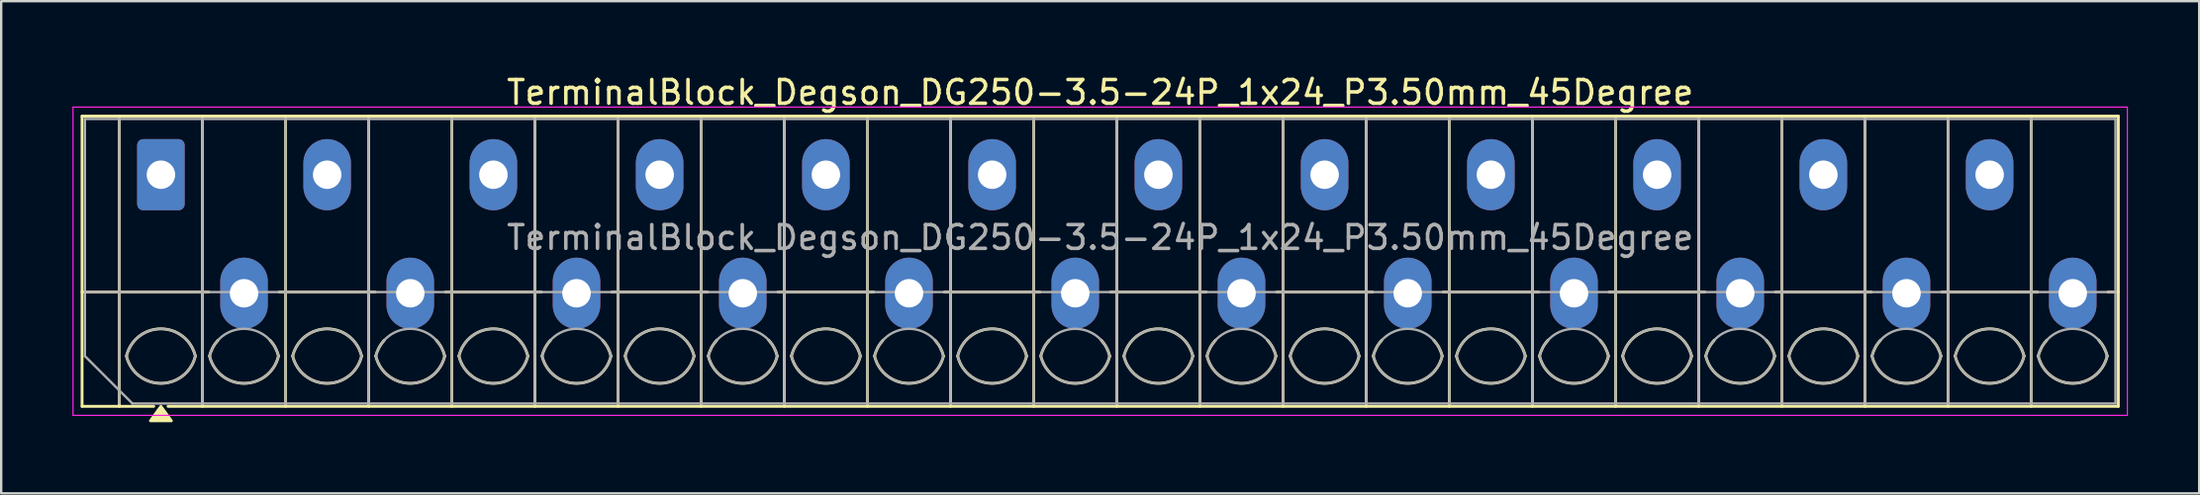
<source format=kicad_pcb>
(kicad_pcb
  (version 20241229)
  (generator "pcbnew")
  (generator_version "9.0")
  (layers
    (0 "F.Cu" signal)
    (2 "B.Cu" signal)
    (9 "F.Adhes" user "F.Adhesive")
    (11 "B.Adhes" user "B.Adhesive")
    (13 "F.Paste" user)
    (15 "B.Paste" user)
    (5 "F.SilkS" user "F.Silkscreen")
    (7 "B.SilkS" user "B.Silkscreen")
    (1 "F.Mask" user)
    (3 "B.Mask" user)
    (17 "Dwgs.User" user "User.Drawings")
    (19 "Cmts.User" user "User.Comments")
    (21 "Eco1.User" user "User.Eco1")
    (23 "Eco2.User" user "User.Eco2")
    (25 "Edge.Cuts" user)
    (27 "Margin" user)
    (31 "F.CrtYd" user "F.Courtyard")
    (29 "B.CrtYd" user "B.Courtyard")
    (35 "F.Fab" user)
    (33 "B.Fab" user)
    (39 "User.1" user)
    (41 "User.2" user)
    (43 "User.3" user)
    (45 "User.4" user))
  (footprint "TerminalBlock_Degson_DG250-3.5-24P_1x24_P3.50mm_45Degree"
    (layer "F.Cu")
    (at 3.725 4.318)
    (property "Reference" "TerminalBlock_Degson_DG250-3.5-24P_1x24_P3.50mm_45Degree" (at 39.55 -3.47 0) (layer "F.SilkS") (effects (font (size 1 1) (thickness 0.15))))
    (attr through_hole)
    (fp_line (start -3.32 -2.47) (end 82.42 -2.47) (stroke (width 0.12) (type solid)) (layer "F.SilkS"))
    (fp_line (start -3.32 4.95) (end 2.02 4.95) (stroke (width 0.12) (type solid)) (layer "F.SilkS"))
    (fp_line (start -3.32 9.77) (end -3.32 -2.47) (stroke (width 0.12) (type solid)) (layer "F.SilkS"))
    (fp_line (start -1.75 -2.47) (end -1.75 9.77) (stroke (width 0.12) (type solid)) (layer "F.SilkS"))
    (fp_line (start -0.3 9.77) (end -3.32 9.77) (stroke (width 0.12) (type solid)) (layer "F.SilkS"))
    (fp_line (start 1.75 -2.47) (end 1.75 9.77) (stroke (width 0.12) (type solid)) (layer "F.SilkS"))
    (fp_line (start 4.98 4.95) (end 9.02 4.95) (stroke (width 0.12) (type solid)) (layer "F.SilkS"))
    (fp_line (start 5.25 -2.47) (end 5.25 9.77) (stroke (width 0.12) (type solid)) (layer "F.SilkS"))
    (fp_line (start 8.75 -2.47) (end 8.75 9.77) (stroke (width 0.12) (type solid)) (layer "F.SilkS"))
    (fp_line (start 11.98 4.95) (end 16.02 4.95) (stroke (width 0.12) (type solid)) (layer "F.SilkS"))
    (fp_line (start 12.25 -2.47) (end 12.25 9.77) (stroke (width 0.12) (type solid)) (layer "F.SilkS"))
    (fp_line (start 15.75 -2.47) (end 15.75 9.77) (stroke (width 0.12) (type solid)) (layer "F.SilkS"))
    (fp_line (start 18.98 4.95) (end 23.02 4.95) (stroke (width 0.12) (type solid)) (layer "F.SilkS"))
    (fp_line (start 19.25 -2.47) (end 19.25 9.77) (stroke (width 0.12) (type solid)) (layer "F.SilkS"))
    (fp_line (start 22.75 -2.47) (end 22.75 9.77) (stroke (width 0.12) (type solid)) (layer "F.SilkS"))
    (fp_line (start 25.98 4.95) (end 30.02 4.95) (stroke (width 0.12) (type solid)) (layer "F.SilkS"))
    (fp_line (start 26.25 -2.47) (end 26.25 9.77) (stroke (width 0.12) (type solid)) (layer "F.SilkS"))
    (fp_line (start 29.75 -2.47) (end 29.75 9.77) (stroke (width 0.12) (type solid)) (layer "F.SilkS"))
    (fp_line (start 32.98 4.95) (end 37.02 4.95) (stroke (width 0.12) (type solid)) (layer "F.SilkS"))
    (fp_line (start 33.25 -2.47) (end 33.25 9.77) (stroke (width 0.12) (type solid)) (layer "F.SilkS"))
    (fp_line (start 36.75 -2.47) (end 36.75 9.77) (stroke (width 0.12) (type solid)) (layer "F.SilkS"))
    (fp_line (start 39.98 4.95) (end 44.02 4.95) (stroke (width 0.12) (type solid)) (layer "F.SilkS"))
    (fp_line (start 40.25 -2.47) (end 40.25 9.77) (stroke (width 0.12) (type solid)) (layer "F.SilkS"))
    (fp_line (start 43.75 -2.47) (end 43.75 9.77) (stroke (width 0.12) (type solid)) (layer "F.SilkS"))
    (fp_line (start 46.98 4.95) (end 51.02 4.95) (stroke (width 0.12) (type solid)) (layer "F.SilkS"))
    (fp_line (start 47.25 -2.47) (end 47.25 9.77) (stroke (width 0.12) (type solid)) (layer "F.SilkS"))
    (fp_line (start 50.75 -2.47) (end 50.75 9.77) (stroke (width 0.12) (type solid)) (layer "F.SilkS"))
    (fp_line (start 53.98 4.95) (end 58.02 4.95) (stroke (width 0.12) (type solid)) (layer "F.SilkS"))
    (fp_line (start 54.25 -2.47) (end 54.25 9.77) (stroke (width 0.12) (type solid)) (layer "F.SilkS"))
    (fp_line (start 57.75 -2.47) (end 57.75 9.77) (stroke (width 0.12) (type solid)) (layer "F.SilkS"))
    (fp_line (start 60.98 4.95) (end 65.02 4.95) (stroke (width 0.12) (type solid)) (layer "F.SilkS"))
    (fp_line (start 61.25 -2.47) (end 61.25 9.77) (stroke (width 0.12) (type solid)) (layer "F.SilkS"))
    (fp_line (start 64.75 -2.47) (end 64.75 9.77) (stroke (width 0.12) (type solid)) (layer "F.SilkS"))
    (fp_line (start 67.98 4.95) (end 72.02 4.95) (stroke (width 0.12) (type solid)) (layer "F.SilkS"))
    (fp_line (start 68.25 -2.47) (end 68.25 9.77) (stroke (width 0.12) (type solid)) (layer "F.SilkS"))
    (fp_line (start 71.75 -2.47) (end 71.75 9.77) (stroke (width 0.12) (type solid)) (layer "F.SilkS"))
    (fp_line (start 74.98 4.95) (end 79.02 4.95) (stroke (width 0.12) (type solid)) (layer "F.SilkS"))
    (fp_line (start 75.25 -2.47) (end 75.25 9.77) (stroke (width 0.12) (type solid)) (layer "F.SilkS"))
    (fp_line (start 78.75 -2.47) (end 78.75 9.77) (stroke (width 0.12) (type solid)) (layer "F.SilkS"))
    (fp_line (start 81.98 4.95) (end 82.42 4.95) (stroke (width 0.12) (type solid)) (layer "F.SilkS"))
    (fp_line (start 82.42 -2.47) (end 82.42 9.77) (stroke (width 0.12) (type solid)) (layer "F.SilkS"))
    (fp_line (start 82.42 9.77) (end 0.3 9.77) (stroke (width 0.12) (type solid)) (layer "F.SilkS"))
    (fp_arc (start -1.45 7.65) (mid 0 6.5) (end 1.45 7.65) (stroke (width 0.12) (type solid)) (layer "F.SilkS"))
    (fp_arc (start 1.45 7.65) (mid 0 8.8) (end -1.45 7.65) (stroke (width 0.12) (type solid)) (layer "F.SilkS"))
    (fp_arc (start 2.05 7.65) (mid 2.18402 7.291962) (end 2.405 6.98) (stroke (width 0.12) (type solid)) (layer "F.SilkS"))
    (fp_arc (start 4.595 6.98) (mid 4.81598 7.291962) (end 4.95 7.65) (stroke (width 0.12) (type solid)) (layer "F.SilkS"))
    (fp_arc (start 4.95 7.65) (mid 3.5 8.8) (end 2.05 7.65) (stroke (width 0.12) (type solid)) (layer "F.SilkS"))
    (fp_arc (start 5.55 7.65) (mid 7 6.5) (end 8.45 7.65) (stroke (width 0.12) (type solid)) (layer "F.SilkS"))
    (fp_arc (start 8.45 7.65) (mid 7 8.8) (end 5.55 7.65) (stroke (width 0.12) (type solid)) (layer "F.SilkS"))
    (fp_arc (start 9.05 7.65) (mid 9.18402 7.291962) (end 9.405 6.98) (stroke (width 0.12) (type solid)) (layer "F.SilkS"))
    (fp_arc (start 11.595 6.98) (mid 11.81598 7.291962) (end 11.95 7.65) (stroke (width 0.12) (type solid)) (layer "F.SilkS"))
    (fp_arc (start 11.95 7.65) (mid 10.5 8.8) (end 9.05 7.65) (stroke (width 0.12) (type solid)) (layer "F.SilkS"))
    (fp_arc (start 12.55 7.65) (mid 14 6.5) (end 15.45 7.65) (stroke (width 0.12) (type solid)) (layer "F.SilkS"))
    (fp_arc (start 15.45 7.65) (mid 14 8.8) (end 12.55 7.65) (stroke (width 0.12) (type solid)) (layer "F.SilkS"))
    (fp_arc (start 16.05 7.65) (mid 16.18402 7.291962) (end 16.405 6.98) (stroke (width 0.12) (type solid)) (layer "F.SilkS"))
    (fp_arc (start 18.595 6.98) (mid 18.81598 7.291962) (end 18.95 7.65) (stroke (width 0.12) (type solid)) (layer "F.SilkS"))
    (fp_arc (start 18.95 7.65) (mid 17.5 8.8) (end 16.05 7.65) (stroke (width 0.12) (type solid)) (layer "F.SilkS"))
    (fp_arc (start 19.55 7.65) (mid 21 6.5) (end 22.45 7.65) (stroke (width 0.12) (type solid)) (layer "F.SilkS"))
    (fp_arc (start 22.45 7.65) (mid 21 8.8) (end 19.55 7.65) (stroke (width 0.12) (type solid)) (layer "F.SilkS"))
    (fp_arc (start 23.05 7.65) (mid 23.18402 7.291962) (end 23.405 6.98) (stroke (width 0.12) (type solid)) (layer "F.SilkS"))
    (fp_arc (start 25.595 6.98) (mid 25.81598 7.291962) (end 25.95 7.65) (stroke (width 0.12) (type solid)) (layer "F.SilkS"))
    (fp_arc (start 25.95 7.65) (mid 24.5 8.8) (end 23.05 7.65) (stroke (width 0.12) (type solid)) (layer "F.SilkS"))
    (fp_arc (start 26.55 7.65) (mid 28 6.5) (end 29.45 7.65) (stroke (width 0.12) (type solid)) (layer "F.SilkS"))
    (fp_arc (start 29.45 7.65) (mid 28 8.8) (end 26.55 7.65) (stroke (width 0.12) (type solid)) (layer "F.SilkS"))
    (fp_arc (start 30.05 7.65) (mid 30.18402 7.291962) (end 30.405 6.98) (stroke (width 0.12) (type solid)) (layer "F.SilkS"))
    (fp_arc (start 32.595 6.98) (mid 32.81598 7.291962) (end 32.95 7.65) (stroke (width 0.12) (type solid)) (layer "F.SilkS"))
    (fp_arc (start 32.95 7.65) (mid 31.5 8.8) (end 30.05 7.65) (stroke (width 0.12) (type solid)) (layer "F.SilkS"))
    (fp_arc (start 33.55 7.65) (mid 35 6.5) (end 36.45 7.65) (stroke (width 0.12) (type solid)) (layer "F.SilkS"))
    (fp_arc (start 36.45 7.65) (mid 35 8.8) (end 33.55 7.65) (stroke (width 0.12) (type solid)) (layer "F.SilkS"))
    (fp_arc (start 37.05 7.65) (mid 37.18402 7.291962) (end 37.405 6.98) (stroke (width 0.12) (type solid)) (layer "F.SilkS"))
    (fp_arc (start 39.595 6.98) (mid 39.81598 7.291962) (end 39.95 7.65) (stroke (width 0.12) (type solid)) (layer "F.SilkS"))
    (fp_arc (start 39.95 7.65) (mid 38.5 8.8) (end 37.05 7.65) (stroke (width 0.12) (type solid)) (layer "F.SilkS"))
    (fp_arc (start 40.55 7.65) (mid 42 6.5) (end 43.45 7.65) (stroke (width 0.12) (type solid)) (layer "F.SilkS"))
    (fp_arc (start 43.45 7.65) (mid 42 8.8) (end 40.55 7.65) (stroke (width 0.12) (type solid)) (layer "F.SilkS"))
    (fp_arc (start 44.05 7.65) (mid 44.18402 7.291962) (end 44.405 6.98) (stroke (width 0.12) (type solid)) (layer "F.SilkS"))
    (fp_arc (start 46.595 6.98) (mid 46.81598 7.291962) (end 46.95 7.65) (stroke (width 0.12) (type solid)) (layer "F.SilkS"))
    (fp_arc (start 46.95 7.65) (mid 45.5 8.8) (end 44.05 7.65) (stroke (width 0.12) (type solid)) (layer "F.SilkS"))
    (fp_arc (start 47.55 7.65) (mid 49 6.5) (end 50.45 7.65) (stroke (width 0.12) (type solid)) (layer "F.SilkS"))
    (fp_arc (start 50.45 7.65) (mid 49 8.8) (end 47.55 7.65) (stroke (width 0.12) (type solid)) (layer "F.SilkS"))
    (fp_arc (start 51.05 7.65) (mid 51.18402 7.291962) (end 51.405 6.98) (stroke (width 0.12) (type solid)) (layer "F.SilkS"))
    (fp_arc (start 53.595 6.98) (mid 53.81598 7.291962) (end 53.95 7.65) (stroke (width 0.12) (type solid)) (layer "F.SilkS"))
    (fp_arc (start 53.95 7.65) (mid 52.5 8.8) (end 51.05 7.65) (stroke (width 0.12) (type solid)) (layer "F.SilkS"))
    (fp_arc (start 54.55 7.65) (mid 56 6.5) (end 57.45 7.65) (stroke (width 0.12) (type solid)) (layer "F.SilkS"))
    (fp_arc (start 57.45 7.65) (mid 56 8.8) (end 54.55 7.65) (stroke (width 0.12) (type solid)) (layer "F.SilkS"))
    (fp_arc (start 58.05 7.65) (mid 58.18402 7.291962) (end 58.405 6.98) (stroke (width 0.12) (type solid)) (layer "F.SilkS"))
    (fp_arc (start 60.595 6.98) (mid 60.81598 7.291962) (end 60.95 7.65) (stroke (width 0.12) (type solid)) (layer "F.SilkS"))
    (fp_arc (start 60.95 7.65) (mid 59.5 8.8) (end 58.05 7.65) (stroke (width 0.12) (type solid)) (layer "F.SilkS"))
    (fp_arc (start 61.55 7.65) (mid 63 6.5) (end 64.45 7.65) (stroke (width 0.12) (type solid)) (layer "F.SilkS"))
    (fp_arc (start 64.45 7.65) (mid 63 8.8) (end 61.55 7.65) (stroke (width 0.12) (type solid)) (layer "F.SilkS"))
    (fp_arc (start 65.05 7.65) (mid 65.18402 7.291962) (end 65.405 6.98) (stroke (width 0.12) (type solid)) (layer "F.SilkS"))
    (fp_arc (start 67.595 6.98) (mid 67.81598 7.291962) (end 67.95 7.65) (stroke (width 0.12) (type solid)) (layer "F.SilkS"))
    (fp_arc (start 67.95 7.65) (mid 66.5 8.8) (end 65.05 7.65) (stroke (width 0.12) (type solid)) (layer "F.SilkS"))
    (fp_arc (start 68.55 7.65) (mid 70 6.5) (end 71.45 7.65) (stroke (width 0.12) (type solid)) (layer "F.SilkS"))
    (fp_arc (start 71.45 7.65) (mid 70 8.8) (end 68.55 7.65) (stroke (width 0.12) (type solid)) (layer "F.SilkS"))
    (fp_arc (start 72.05 7.65) (mid 72.18402 7.291962) (end 72.405 6.98) (stroke (width 0.12) (type solid)) (layer "F.SilkS"))
    (fp_arc (start 74.595 6.98) (mid 74.81598 7.291962) (end 74.95 7.65) (stroke (width 0.12) (type solid)) (layer "F.SilkS"))
    (fp_arc (start 74.95 7.65) (mid 73.5 8.8) (end 72.05 7.65) (stroke (width 0.12) (type solid)) (layer "F.SilkS"))
    (fp_arc (start 75.55 7.65) (mid 77 6.5) (end 78.45 7.65) (stroke (width 0.12) (type solid)) (layer "F.SilkS"))
    (fp_arc (start 78.45 7.65) (mid 77 8.8) (end 75.55 7.65) (stroke (width 0.12) (type solid)) (layer "F.SilkS"))
    (fp_arc (start 79.05 7.65) (mid 79.18402 7.291962) (end 79.405 6.98) (stroke (width 0.12) (type solid)) (layer "F.SilkS"))
    (fp_arc (start 81.595 6.98) (mid 81.81598 7.291962) (end 81.95 7.65) (stroke (width 0.12) (type solid)) (layer "F.SilkS"))
    (fp_arc (start 81.95 7.65) (mid 80.5 8.8) (end 79.05 7.65) (stroke (width 0.12) (type solid)) (layer "F.SilkS"))
    (fp_poly (pts (xy 0 9.77) (xy 0.44 10.38) (xy -0.44 10.38)) (stroke (width 0.12) (type solid)) (fill yes) (layer "F.SilkS"))
    (fp_line (start -3.7 -2.85) (end -3.7 10.15) (stroke (width 0.05) (type solid)) (layer "F.CrtYd"))
    (fp_line (start -3.7 10.15) (end 82.8 10.15) (stroke (width 0.05) (type solid)) (layer "F.CrtYd"))
    (fp_line (start 82.8 -2.85) (end -3.7 -2.85) (stroke (width 0.05) (type solid)) (layer "F.CrtYd"))
    (fp_line (start 82.8 10.15) (end 82.8 -2.85) (stroke (width 0.05) (type solid)) (layer "F.CrtYd"))
    (fp_line (start -3.2 -2.35) (end 82.3 -2.35) (stroke (width 0.1) (type solid)) (layer "F.Fab"))
    (fp_line (start -3.2 4.95) (end 82.3 4.95) (stroke (width 0.1) (type solid)) (layer "F.Fab"))
    (fp_line (start -3.2 7.65) (end -3.2 -2.35) (stroke (width 0.1) (type solid)) (layer "F.Fab"))
    (fp_line (start -1.75 -2.35) (end -1.75 9.65) (stroke (width 0.1) (type solid)) (layer "F.Fab"))
    (fp_line (start -1.2 9.65) (end -3.2 7.65) (stroke (width 0.1) (type solid)) (layer "F.Fab"))
    (fp_line (start 1.75 -2.35) (end 1.75 9.65) (stroke (width 0.1) (type solid)) (layer "F.Fab"))
    (fp_line (start 5.25 -2.35) (end 5.25 9.65) (stroke (width 0.1) (type solid)) (layer "F.Fab"))
    (fp_line (start 8.75 -2.35) (end 8.75 9.65) (stroke (width 0.1) (type solid)) (layer "F.Fab"))
    (fp_line (start 12.25 -2.35) (end 12.25 9.65) (stroke (width 0.1) (type solid)) (layer "F.Fab"))
    (fp_line (start 15.75 -2.35) (end 15.75 9.65) (stroke (width 0.1) (type solid)) (layer "F.Fab"))
    (fp_line (start 19.25 -2.35) (end 19.25 9.65) (stroke (width 0.1) (type solid)) (layer "F.Fab"))
    (fp_line (start 22.75 -2.35) (end 22.75 9.65) (stroke (width 0.1) (type solid)) (layer "F.Fab"))
    (fp_line (start 26.25 -2.35) (end 26.25 9.65) (stroke (width 0.1) (type solid)) (layer "F.Fab"))
    (fp_line (start 29.75 -2.35) (end 29.75 9.65) (stroke (width 0.1) (type solid)) (layer "F.Fab"))
    (fp_line (start 33.25 -2.35) (end 33.25 9.65) (stroke (width 0.1) (type solid)) (layer "F.Fab"))
    (fp_line (start 36.75 -2.35) (end 36.75 9.65) (stroke (width 0.1) (type solid)) (layer "F.Fab"))
    (fp_line (start 40.25 -2.35) (end 40.25 9.65) (stroke (width 0.1) (type solid)) (layer "F.Fab"))
    (fp_line (start 43.75 -2.35) (end 43.75 9.65) (stroke (width 0.1) (type solid)) (layer "F.Fab"))
    (fp_line (start 47.25 -2.35) (end 47.25 9.65) (stroke (width 0.1) (type solid)) (layer "F.Fab"))
    (fp_line (start 50.75 -2.35) (end 50.75 9.65) (stroke (width 0.1) (type solid)) (layer "F.Fab"))
    (fp_line (start 54.25 -2.35) (end 54.25 9.65) (stroke (width 0.1) (type solid)) (layer "F.Fab"))
    (fp_line (start 57.75 -2.35) (end 57.75 9.65) (stroke (width 0.1) (type solid)) (layer "F.Fab"))
    (fp_line (start 61.25 -2.35) (end 61.25 9.65) (stroke (width 0.1) (type solid)) (layer "F.Fab"))
    (fp_line (start 64.75 -2.35) (end 64.75 9.65) (stroke (width 0.1) (type solid)) (layer "F.Fab"))
    (fp_line (start 68.25 -2.35) (end 68.25 9.65) (stroke (width 0.1) (type solid)) (layer "F.Fab"))
    (fp_line (start 71.75 -2.35) (end 71.75 9.65) (stroke (width 0.1) (type solid)) (layer "F.Fab"))
    (fp_line (start 75.25 -2.35) (end 75.25 9.65) (stroke (width 0.1) (type solid)) (layer "F.Fab"))
    (fp_line (start 78.75 -2.35) (end 78.75 9.65) (stroke (width 0.1) (type solid)) (layer "F.Fab"))
    (fp_line (start 82.3 -2.35) (end 82.3 9.65) (stroke (width 0.1) (type solid)) (layer "F.Fab"))
    (fp_line (start 82.3 9.65) (end -1.2 9.65) (stroke (width 0.1) (type solid)) (layer "F.Fab"))
    (fp_arc (start -1.45 7.65) (mid 0 6.5) (end 1.45 7.65) (stroke (width 0.1) (type solid)) (layer "F.Fab"))
    (fp_arc (start 1.45 7.65) (mid 0 8.8) (end -1.45 7.65) (stroke (width 0.1) (type solid)) (layer "F.Fab"))
    (fp_arc (start 2.05 7.65) (mid 3.5 6.5) (end 4.95 7.65) (stroke (width 0.1) (type solid)) (layer "F.Fab"))
    (fp_arc (start 4.95 7.65) (mid 3.5 8.8) (end 2.05 7.65) (stroke (width 0.1) (type solid)) (layer "F.Fab"))
    (fp_arc (start 5.55 7.65) (mid 7 6.5) (end 8.45 7.65) (stroke (width 0.1) (type solid)) (layer "F.Fab"))
    (fp_arc (start 8.45 7.65) (mid 7 8.8) (end 5.55 7.65) (stroke (width 0.1) (type solid)) (layer "F.Fab"))
    (fp_arc (start 9.05 7.65) (mid 10.5 6.5) (end 11.95 7.65) (stroke (width 0.1) (type solid)) (layer "F.Fab"))
    (fp_arc (start 11.95 7.65) (mid 10.5 8.8) (end 9.05 7.65) (stroke (width 0.1) (type solid)) (layer "F.Fab"))
    (fp_arc (start 12.55 7.65) (mid 14 6.5) (end 15.45 7.65) (stroke (width 0.1) (type solid)) (layer "F.Fab"))
    (fp_arc (start 15.45 7.65) (mid 14 8.8) (end 12.55 7.65) (stroke (width 0.1) (type solid)) (layer "F.Fab"))
    (fp_arc (start 16.05 7.65) (mid 17.5 6.5) (end 18.95 7.65) (stroke (width 0.1) (type solid)) (layer "F.Fab"))
    (fp_arc (start 18.95 7.65) (mid 17.5 8.8) (end 16.05 7.65) (stroke (width 0.1) (type solid)) (layer "F.Fab"))
    (fp_arc (start 19.55 7.65) (mid 21 6.5) (end 22.45 7.65) (stroke (width 0.1) (type solid)) (layer "F.Fab"))
    (fp_arc (start 22.45 7.65) (mid 21 8.8) (end 19.55 7.65) (stroke (width 0.1) (type solid)) (layer "F.Fab"))
    (fp_arc (start 23.05 7.65) (mid 24.5 6.5) (end 25.95 7.65) (stroke (width 0.1) (type solid)) (layer "F.Fab"))
    (fp_arc (start 25.95 7.65) (mid 24.5 8.8) (end 23.05 7.65) (stroke (width 0.1) (type solid)) (layer "F.Fab"))
    (fp_arc (start 26.55 7.65) (mid 28 6.5) (end 29.45 7.65) (stroke (width 0.1) (type solid)) (layer "F.Fab"))
    (fp_arc (start 29.45 7.65) (mid 28 8.8) (end 26.55 7.65) (stroke (width 0.1) (type solid)) (layer "F.Fab"))
    (fp_arc (start 30.05 7.65) (mid 31.5 6.5) (end 32.95 7.65) (stroke (width 0.1) (type solid)) (layer "F.Fab"))
    (fp_arc (start 32.95 7.65) (mid 31.5 8.8) (end 30.05 7.65) (stroke (width 0.1) (type solid)) (layer "F.Fab"))
    (fp_arc (start 33.55 7.65) (mid 35 6.5) (end 36.45 7.65) (stroke (width 0.1) (type solid)) (layer "F.Fab"))
    (fp_arc (start 36.45 7.65) (mid 35 8.8) (end 33.55 7.65) (stroke (width 0.1) (type solid)) (layer "F.Fab"))
    (fp_arc (start 37.05 7.65) (mid 38.5 6.5) (end 39.95 7.65) (stroke (width 0.1) (type solid)) (layer "F.Fab"))
    (fp_arc (start 39.95 7.65) (mid 38.5 8.8) (end 37.05 7.65) (stroke (width 0.1) (type solid)) (layer "F.Fab"))
    (fp_arc (start 40.55 7.65) (mid 42 6.5) (end 43.45 7.65) (stroke (width 0.1) (type solid)) (layer "F.Fab"))
    (fp_arc (start 43.45 7.65) (mid 42 8.8) (end 40.55 7.65) (stroke (width 0.1) (type solid)) (layer "F.Fab"))
    (fp_arc (start 44.05 7.65) (mid 45.5 6.5) (end 46.95 7.65) (stroke (width 0.1) (type solid)) (layer "F.Fab"))
    (fp_arc (start 46.95 7.65) (mid 45.5 8.8) (end 44.05 7.65) (stroke (width 0.1) (type solid)) (layer "F.Fab"))
    (fp_arc (start 47.55 7.65) (mid 49 6.5) (end 50.45 7.65) (stroke (width 0.1) (type solid)) (layer "F.Fab"))
    (fp_arc (start 50.45 7.65) (mid 49 8.8) (end 47.55 7.65) (stroke (width 0.1) (type solid)) (layer "F.Fab"))
    (fp_arc (start 51.05 7.65) (mid 52.5 6.5) (end 53.95 7.65) (stroke (width 0.1) (type solid)) (layer "F.Fab"))
    (fp_arc (start 53.95 7.65) (mid 52.5 8.8) (end 51.05 7.65) (stroke (width 0.1) (type solid)) (layer "F.Fab"))
    (fp_arc (start 54.55 7.65) (mid 56 6.5) (end 57.45 7.65) (stroke (width 0.1) (type solid)) (layer "F.Fab"))
    (fp_arc (start 57.45 7.65) (mid 56 8.8) (end 54.55 7.65) (stroke (width 0.1) (type solid)) (layer "F.Fab"))
    (fp_arc (start 58.05 7.65) (mid 59.5 6.5) (end 60.95 7.65) (stroke (width 0.1) (type solid)) (layer "F.Fab"))
    (fp_arc (start 60.95 7.65) (mid 59.5 8.8) (end 58.05 7.65) (stroke (width 0.1) (type solid)) (layer "F.Fab"))
    (fp_arc (start 61.55 7.65) (mid 63 6.5) (end 64.45 7.65) (stroke (width 0.1) (type solid)) (layer "F.Fab"))
    (fp_arc (start 64.45 7.65) (mid 63 8.8) (end 61.55 7.65) (stroke (width 0.1) (type solid)) (layer "F.Fab"))
    (fp_arc (start 65.05 7.65) (mid 66.5 6.5) (end 67.95 7.65) (stroke (width 0.1) (type solid)) (layer "F.Fab"))
    (fp_arc (start 67.95 7.65) (mid 66.5 8.8) (end 65.05 7.65) (stroke (width 0.1) (type solid)) (layer "F.Fab"))
    (fp_arc (start 68.55 7.65) (mid 70 6.5) (end 71.45 7.65) (stroke (width 0.1) (type solid)) (layer "F.Fab"))
    (fp_arc (start 71.45 7.65) (mid 70 8.8) (end 68.55 7.65) (stroke (width 0.1) (type solid)) (layer "F.Fab"))
    (fp_arc (start 72.05 7.65) (mid 73.5 6.5) (end 74.95 7.65) (stroke (width 0.1) (type solid)) (layer "F.Fab"))
    (fp_arc (start 74.95 7.65) (mid 73.5 8.8) (end 72.05 7.65) (stroke (width 0.1) (type solid)) (layer "F.Fab"))
    (fp_arc (start 75.55 7.65) (mid 77 6.5) (end 78.45 7.65) (stroke (width 0.1) (type solid)) (layer "F.Fab"))
    (fp_arc (start 78.45 7.65) (mid 77 8.8) (end 75.55 7.65) (stroke (width 0.1) (type solid)) (layer "F.Fab"))
    (fp_arc (start 79.05 7.65) (mid 80.5 6.5) (end 81.95 7.65) (stroke (width 0.1) (type solid)) (layer "F.Fab"))
    (fp_arc (start 81.95 7.65) (mid 80.5 8.8) (end 79.05 7.65) (stroke (width 0.1) (type solid)) (layer "F.Fab"))
    (fp_text user "${REFERENCE}" (at 39.55 2.65 0) (layer "F.Fab") (effects (font (size 1 1) (thickness 0.15))))
    (pad "1" thru_hole roundrect (at 0 0) (size 2 3) (drill 1.2) (layers "*.Cu" "*.Mask") (roundrect_rratio 0.125))
    (pad "2" thru_hole oval (at 3.5 5) (size 2 3) (drill 1.2) (layers "*.Cu" "*.Mask"))
    (pad "3" thru_hole oval (at 7 0) (size 2 3) (drill 1.2) (layers "*.Cu" "*.Mask"))
    (pad "4" thru_hole oval (at 10.5 5) (size 2 3) (drill 1.2) (layers "*.Cu" "*.Mask"))
    (pad "5" thru_hole oval (at 14 0) (size 2 3) (drill 1.2) (layers "*.Cu" "*.Mask"))
    (pad "6" thru_hole oval (at 17.5 5) (size 2 3) (drill 1.2) (layers "*.Cu" "*.Mask"))
    (pad "7" thru_hole oval (at 21 0) (size 2 3) (drill 1.2) (layers "*.Cu" "*.Mask"))
    (pad "8" thru_hole oval (at 24.5 5) (size 2 3) (drill 1.2) (layers "*.Cu" "*.Mask"))
    (pad "9" thru_hole oval (at 28 0) (size 2 3) (drill 1.2) (layers "*.Cu" "*.Mask"))
    (pad "10" thru_hole oval (at 31.5 5) (size 2 3) (drill 1.2) (layers "*.Cu" "*.Mask"))
    (pad "11" thru_hole oval (at 35 0) (size 2 3) (drill 1.2) (layers "*.Cu" "*.Mask"))
    (pad "12" thru_hole oval (at 38.5 5) (size 2 3) (drill 1.2) (layers "*.Cu" "*.Mask"))
    (pad "13" thru_hole oval (at 42 0) (size 2 3) (drill 1.2) (layers "*.Cu" "*.Mask"))
    (pad "14" thru_hole oval (at 45.5 5) (size 2 3) (drill 1.2) (layers "*.Cu" "*.Mask"))
    (pad "15" thru_hole oval (at 49 0) (size 2 3) (drill 1.2) (layers "*.Cu" "*.Mask"))
    (pad "16" thru_hole oval (at 52.5 5) (size 2 3) (drill 1.2) (layers "*.Cu" "*.Mask"))
    (pad "17" thru_hole oval (at 56 0) (size 2 3) (drill 1.2) (layers "*.Cu" "*.Mask"))
    (pad "18" thru_hole oval (at 59.5 5) (size 2 3) (drill 1.2) (layers "*.Cu" "*.Mask"))
    (pad "19" thru_hole oval (at 63 0) (size 2 3) (drill 1.2) (layers "*.Cu" "*.Mask"))
    (pad "20" thru_hole oval (at 66.5 5) (size 2 3) (drill 1.2) (layers "*.Cu" "*.Mask"))
    (pad "21" thru_hole oval (at 70 0) (size 2 3) (drill 1.2) (layers "*.Cu" "*.Mask"))
    (pad "22" thru_hole oval (at 73.5 5) (size 2 3) (drill 1.2) (layers "*.Cu" "*.Mask"))
    (pad "23" thru_hole oval (at 77 0) (size 2 3) (drill 1.2) (layers "*.Cu" "*.Mask"))
    (pad "24" thru_hole oval (at 80.5 5) (size 2 3) (drill 1.2) (layers "*.Cu" "*.Mask")))
  (gr_rect
    (start -3 -3)
    (end 89.55 17.758)
    (stroke (width 0.1) (type default))
    (fill no)
    (layer "Edge.Cuts")))
</source>
